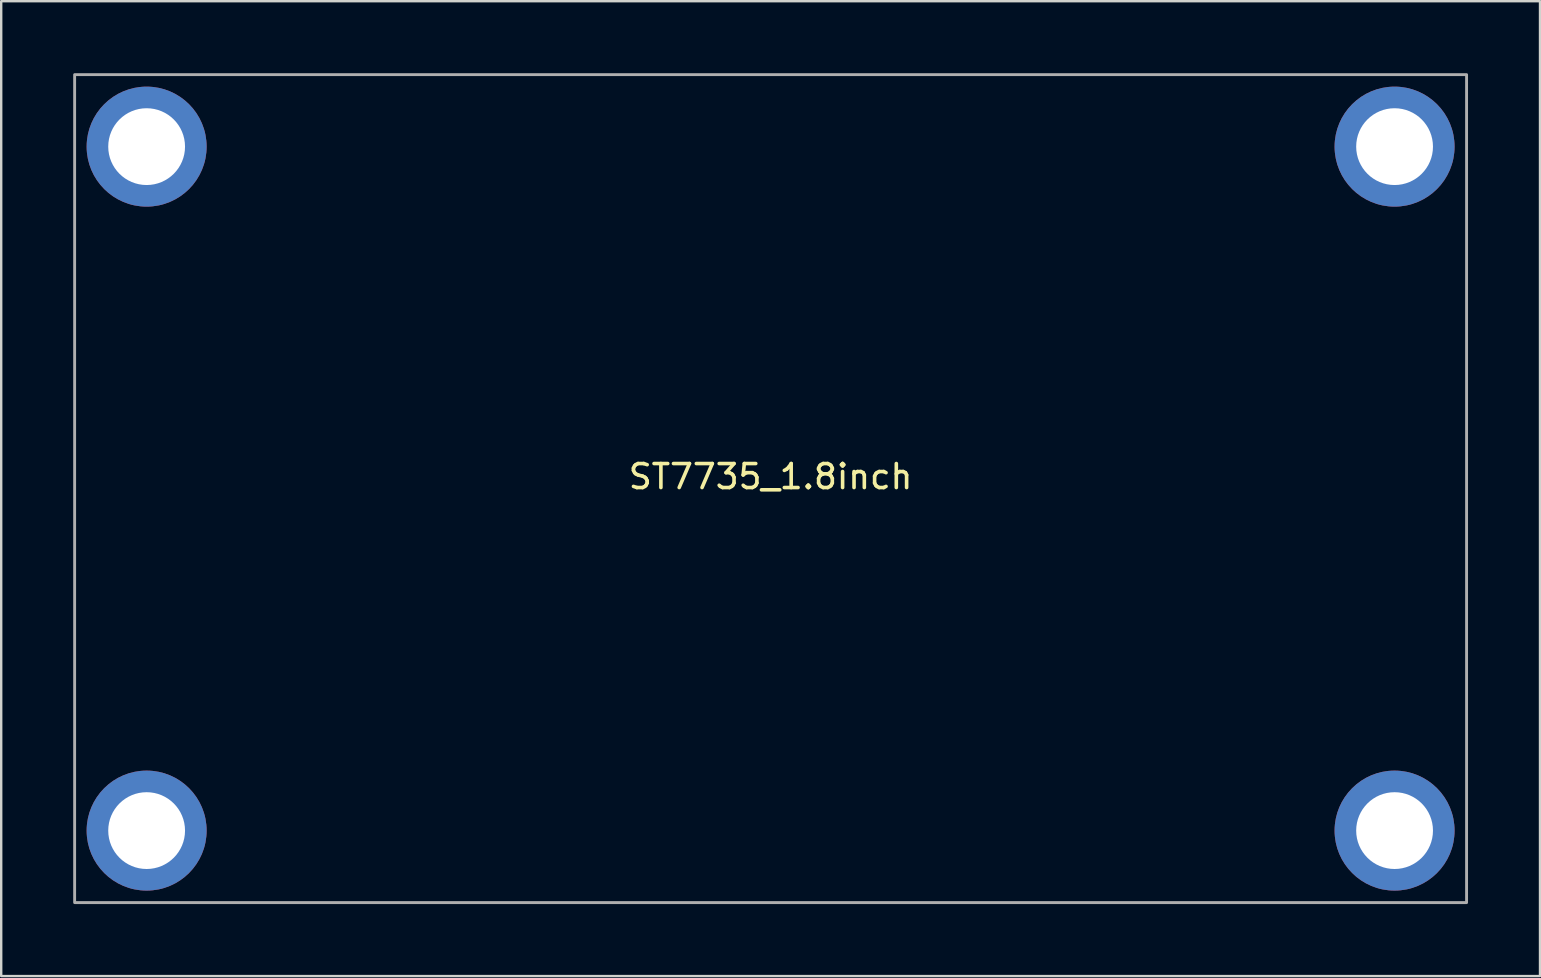
<source format=kicad_pcb>
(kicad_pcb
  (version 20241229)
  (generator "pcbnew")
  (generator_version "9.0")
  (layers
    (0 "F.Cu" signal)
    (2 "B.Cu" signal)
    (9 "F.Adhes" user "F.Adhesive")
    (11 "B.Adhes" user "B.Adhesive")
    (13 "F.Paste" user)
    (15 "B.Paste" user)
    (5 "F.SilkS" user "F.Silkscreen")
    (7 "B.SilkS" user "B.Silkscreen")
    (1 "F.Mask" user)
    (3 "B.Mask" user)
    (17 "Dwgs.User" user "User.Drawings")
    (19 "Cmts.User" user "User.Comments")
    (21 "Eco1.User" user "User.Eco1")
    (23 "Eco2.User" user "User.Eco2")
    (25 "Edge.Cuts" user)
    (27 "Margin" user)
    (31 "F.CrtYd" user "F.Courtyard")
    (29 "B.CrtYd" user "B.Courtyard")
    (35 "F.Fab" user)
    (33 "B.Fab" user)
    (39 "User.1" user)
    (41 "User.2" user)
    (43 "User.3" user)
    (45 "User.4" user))
  (footprint "ST7735_1.8inch"
    (layer "F.Cu")
    (at 29.06 17.31)
    (property "Reference" "ST7735_1.8inch" (at 0 -0.5 0) (unlocked yes) (layer "F.SilkS") (effects (font (size 1 1) (thickness 0.15))))
    (attr through_hole)
    (fp_rect (start -29 -17.25) (end 29 17.25) (stroke (width 0.12) (type solid)) (fill no) (layer "F.Fab"))
    (pad "1" thru_hole circle (at -26 14.25) (size 5 5) (drill 3.2) (layers "*.Cu" "*.Mask"))
    (pad "2" thru_hole circle (at -26 -14.25) (size 5 5) (drill 3.2) (layers "*.Cu" "*.Mask"))
    (pad "3" thru_hole circle (at 26 -14.25) (size 5 5) (drill 3.2) (layers "*.Cu" "*.Mask"))
    (pad "4" thru_hole circle (at 26 14.25) (size 5 5) (drill 3.2) (layers "*.Cu" "*.Mask")))
  (gr_rect
    (start -3 -3)
    (end 61.12 37.62)
    (stroke (width 0.1) (type default))
    (fill no)
    (layer "Edge.Cuts")))
</source>
